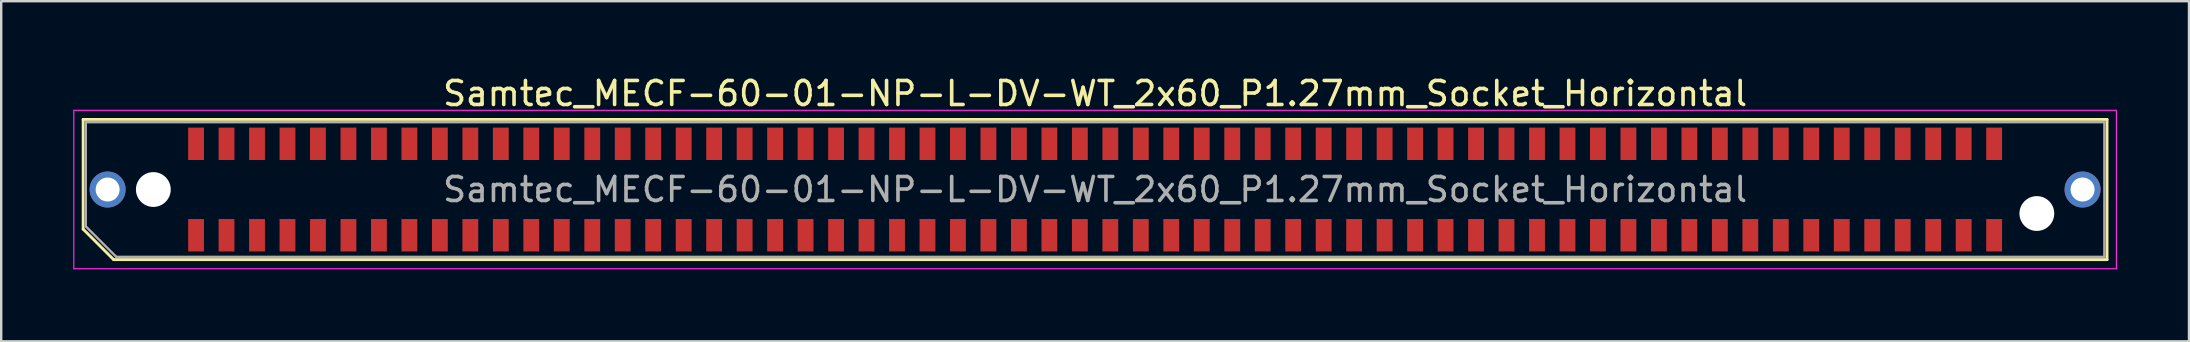
<source format=kicad_pcb>
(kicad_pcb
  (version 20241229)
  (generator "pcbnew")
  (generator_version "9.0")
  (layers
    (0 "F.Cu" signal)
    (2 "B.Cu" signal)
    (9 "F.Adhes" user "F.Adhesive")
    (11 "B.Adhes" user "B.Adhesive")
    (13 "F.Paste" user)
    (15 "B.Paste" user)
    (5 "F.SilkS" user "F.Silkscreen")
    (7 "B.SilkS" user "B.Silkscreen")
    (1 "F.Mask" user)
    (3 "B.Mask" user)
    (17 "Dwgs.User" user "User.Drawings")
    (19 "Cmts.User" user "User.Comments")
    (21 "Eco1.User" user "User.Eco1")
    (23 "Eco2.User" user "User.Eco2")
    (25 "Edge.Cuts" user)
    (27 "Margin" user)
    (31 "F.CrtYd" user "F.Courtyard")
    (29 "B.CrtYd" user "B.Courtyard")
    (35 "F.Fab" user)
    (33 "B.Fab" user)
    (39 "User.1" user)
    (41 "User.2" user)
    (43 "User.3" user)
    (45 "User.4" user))
  (footprint "Samtec_MECF-60-01-NP-L-DV-WT_2x60_P1.27mm_Socket_Horizontal"
    (layer "F.Cu")
    (at 42.585 4.848)
    (property "Reference" "Samtec_MECF-60-01-NP-L-DV-WT_2x60_P1.27mm_Socket_Horizontal" (at 0 -4 0) (layer "F.SilkS") (effects (font (size 1 1) (thickness 0.15))))
    (attr smd)
    (fp_line (start -42.17 -2.92) (end 42.17 -2.92) (stroke (width 0.12) (type solid)) (layer "F.SilkS"))
    (fp_line (start -42.17 1.65) (end -42.17 -2.92) (stroke (width 0.12) (type solid)) (layer "F.SilkS"))
    (fp_line (start -40.9 2.92) (end -42.17 1.65) (stroke (width 0.12) (type solid)) (layer "F.SilkS"))
    (fp_line (start -40.9 2.92) (end 42.17 2.92) (stroke (width 0.12) (type solid)) (layer "F.SilkS"))
    (fp_line (start 42.17 2.92) (end 42.17 -2.92) (stroke (width 0.12) (type solid)) (layer "F.SilkS"))
    (fp_line (start -42.56 -3.3) (end -42.56 3.3) (stroke (width 0.05) (type solid)) (layer "F.CrtYd"))
    (fp_line (start -42.56 3.3) (end 42.56 3.3) (stroke (width 0.05) (type solid)) (layer "F.CrtYd"))
    (fp_line (start 42.56 -3.3) (end -42.56 -3.3) (stroke (width 0.05) (type solid)) (layer "F.CrtYd"))
    (fp_line (start 42.56 3.3) (end 42.56 -3.3) (stroke (width 0.05) (type solid)) (layer "F.CrtYd"))
    (fp_line (start -42.06 -2.805) (end 42.06 -2.805) (stroke (width 0.1) (type solid)) (layer "F.Fab"))
    (fp_line (start -42.06 1.535) (end -42.06 -2.805) (stroke (width 0.1) (type solid)) (layer "F.Fab"))
    (fp_line (start -42.06 1.535) (end -40.79 2.805) (stroke (width 0.1) (type solid)) (layer "F.Fab"))
    (fp_line (start -40.79 2.805) (end 42.06 2.805) (stroke (width 0.1) (type solid)) (layer "F.Fab"))
    (fp_line (start 42.06 2.805) (end 42.06 -2.805) (stroke (width 0.1) (type solid)) (layer "F.Fab"))
    (fp_text user "${REFERENCE}" (at 0 0 0) (layer "F.Fab") (effects (font (size 1 1) (thickness 0.15))))
    (pad "" thru_hole circle (at -41.15 0) (size 1.5 1.5) (drill 1) (layers "*.Cu" "*.Mask"))
    (pad "" np_thru_hole circle (at -39.245 0) (size 1.45 1.45) (drill 1.45) (layers "*.Cu" "*.Mask"))
    (pad "" np_thru_hole circle (at 39.245 1) (size 1.45 1.45) (drill 1.45) (layers "*.Cu" "*.Mask"))
    (pad "" thru_hole circle (at 41.15 0) (size 1.5 1.5) (drill 1) (layers "*.Cu" "*.Mask"))
    (pad "1" smd rect (at -37.465 1.905) (size 0.66 1.35) (layers "F.Cu" "F.Mask" "F.Paste"))
    (pad "2" smd rect (at -37.465 -1.905) (size 0.66 1.35) (layers "F.Cu" "F.Mask" "F.Paste"))
    (pad "3" smd rect (at -36.195 1.905) (size 0.66 1.35) (layers "F.Cu" "F.Mask" "F.Paste"))
    (pad "4" smd rect (at -36.195 -1.905) (size 0.66 1.35) (layers "F.Cu" "F.Mask" "F.Paste"))
    (pad "5" smd rect (at -34.925 1.905) (size 0.66 1.35) (layers "F.Cu" "F.Mask" "F.Paste"))
    (pad "6" smd rect (at -34.925 -1.905) (size 0.66 1.35) (layers "F.Cu" "F.Mask" "F.Paste"))
    (pad "7" smd rect (at -33.655 1.905) (size 0.66 1.35) (layers "F.Cu" "F.Mask" "F.Paste"))
    (pad "8" smd rect (at -33.655 -1.905) (size 0.66 1.35) (layers "F.Cu" "F.Mask" "F.Paste"))
    (pad "9" smd rect (at -32.385 1.905) (size 0.66 1.35) (layers "F.Cu" "F.Mask" "F.Paste"))
    (pad "10" smd rect (at -32.385 -1.905) (size 0.66 1.35) (layers "F.Cu" "F.Mask" "F.Paste"))
    (pad "11" smd rect (at -31.115 1.905) (size 0.66 1.35) (layers "F.Cu" "F.Mask" "F.Paste"))
    (pad "12" smd rect (at -31.115 -1.905) (size 0.66 1.35) (layers "F.Cu" "F.Mask" "F.Paste"))
    (pad "13" smd rect (at -29.845 1.905) (size 0.66 1.35) (layers "F.Cu" "F.Mask" "F.Paste"))
    (pad "14" smd rect (at -29.845 -1.905) (size 0.66 1.35) (layers "F.Cu" "F.Mask" "F.Paste"))
    (pad "15" smd rect (at -28.575 1.905) (size 0.66 1.35) (layers "F.Cu" "F.Mask" "F.Paste"))
    (pad "16" smd rect (at -28.575 -1.905) (size 0.66 1.35) (layers "F.Cu" "F.Mask" "F.Paste"))
    (pad "17" smd rect (at -27.305 1.905) (size 0.66 1.35) (layers "F.Cu" "F.Mask" "F.Paste"))
    (pad "18" smd rect (at -27.305 -1.905) (size 0.66 1.35) (layers "F.Cu" "F.Mask" "F.Paste"))
    (pad "19" smd rect (at -26.035 1.905) (size 0.66 1.35) (layers "F.Cu" "F.Mask" "F.Paste"))
    (pad "20" smd rect (at -26.035 -1.905) (size 0.66 1.35) (layers "F.Cu" "F.Mask" "F.Paste"))
    (pad "21" smd rect (at -24.765 1.905) (size 0.66 1.35) (layers "F.Cu" "F.Mask" "F.Paste"))
    (pad "22" smd rect (at -24.765 -1.905) (size 0.66 1.35) (layers "F.Cu" "F.Mask" "F.Paste"))
    (pad "23" smd rect (at -23.495 1.905) (size 0.66 1.35) (layers "F.Cu" "F.Mask" "F.Paste"))
    (pad "24" smd rect (at -23.495 -1.905) (size 0.66 1.35) (layers "F.Cu" "F.Mask" "F.Paste"))
    (pad "25" smd rect (at -22.225 1.905) (size 0.66 1.35) (layers "F.Cu" "F.Mask" "F.Paste"))
    (pad "26" smd rect (at -22.225 -1.905) (size 0.66 1.35) (layers "F.Cu" "F.Mask" "F.Paste"))
    (pad "27" smd rect (at -20.955 1.905) (size 0.66 1.35) (layers "F.Cu" "F.Mask" "F.Paste"))
    (pad "28" smd rect (at -20.955 -1.905) (size 0.66 1.35) (layers "F.Cu" "F.Mask" "F.Paste"))
    (pad "29" smd rect (at -19.685 1.905) (size 0.66 1.35) (layers "F.Cu" "F.Mask" "F.Paste"))
    (pad "30" smd rect (at -19.685 -1.905) (size 0.66 1.35) (layers "F.Cu" "F.Mask" "F.Paste"))
    (pad "31" smd rect (at -18.415 1.905) (size 0.66 1.35) (layers "F.Cu" "F.Mask" "F.Paste"))
    (pad "32" smd rect (at -18.415 -1.905) (size 0.66 1.35) (layers "F.Cu" "F.Mask" "F.Paste"))
    (pad "33" smd rect (at -17.145 1.905) (size 0.66 1.35) (layers "F.Cu" "F.Mask" "F.Paste"))
    (pad "34" smd rect (at -17.145 -1.905) (size 0.66 1.35) (layers "F.Cu" "F.Mask" "F.Paste"))
    (pad "35" smd rect (at -15.875 1.905) (size 0.66 1.35) (layers "F.Cu" "F.Mask" "F.Paste"))
    (pad "36" smd rect (at -15.875 -1.905) (size 0.66 1.35) (layers "F.Cu" "F.Mask" "F.Paste"))
    (pad "37" smd rect (at -14.605 1.905) (size 0.66 1.35) (layers "F.Cu" "F.Mask" "F.Paste"))
    (pad "38" smd rect (at -14.605 -1.905) (size 0.66 1.35) (layers "F.Cu" "F.Mask" "F.Paste"))
    (pad "39" smd rect (at -13.335 1.905) (size 0.66 1.35) (layers "F.Cu" "F.Mask" "F.Paste"))
    (pad "40" smd rect (at -13.335 -1.905) (size 0.66 1.35) (layers "F.Cu" "F.Mask" "F.Paste"))
    (pad "41" smd rect (at -12.065 1.905) (size 0.66 1.35) (layers "F.Cu" "F.Mask" "F.Paste"))
    (pad "42" smd rect (at -12.065 -1.905) (size 0.66 1.35) (layers "F.Cu" "F.Mask" "F.Paste"))
    (pad "43" smd rect (at -10.795 1.905) (size 0.66 1.35) (layers "F.Cu" "F.Mask" "F.Paste"))
    (pad "44" smd rect (at -10.795 -1.905) (size 0.66 1.35) (layers "F.Cu" "F.Mask" "F.Paste"))
    (pad "45" smd rect (at -9.525 1.905) (size 0.66 1.35) (layers "F.Cu" "F.Mask" "F.Paste"))
    (pad "46" smd rect (at -9.525 -1.905) (size 0.66 1.35) (layers "F.Cu" "F.Mask" "F.Paste"))
    (pad "47" smd rect (at -8.255 1.905) (size 0.66 1.35) (layers "F.Cu" "F.Mask" "F.Paste"))
    (pad "48" smd rect (at -8.255 -1.905) (size 0.66 1.35) (layers "F.Cu" "F.Mask" "F.Paste"))
    (pad "49" smd rect (at -6.985 1.905) (size 0.66 1.35) (layers "F.Cu" "F.Mask" "F.Paste"))
    (pad "50" smd rect (at -6.985 -1.905) (size 0.66 1.35) (layers "F.Cu" "F.Mask" "F.Paste"))
    (pad "51" smd rect (at -5.715 1.905) (size 0.66 1.35) (layers "F.Cu" "F.Mask" "F.Paste"))
    (pad "52" smd rect (at -5.715 -1.905) (size 0.66 1.35) (layers "F.Cu" "F.Mask" "F.Paste"))
    (pad "53" smd rect (at -4.445 1.905) (size 0.66 1.35) (layers "F.Cu" "F.Mask" "F.Paste"))
    (pad "54" smd rect (at -4.445 -1.905) (size 0.66 1.35) (layers "F.Cu" "F.Mask" "F.Paste"))
    (pad "55" smd rect (at -3.175 1.905) (size 0.66 1.35) (layers "F.Cu" "F.Mask" "F.Paste"))
    (pad "56" smd rect (at -3.175 -1.905) (size 0.66 1.35) (layers "F.Cu" "F.Mask" "F.Paste"))
    (pad "57" smd rect (at -1.905 1.905) (size 0.66 1.35) (layers "F.Cu" "F.Mask" "F.Paste"))
    (pad "58" smd rect (at -1.905 -1.905) (size 0.66 1.35) (layers "F.Cu" "F.Mask" "F.Paste"))
    (pad "59" smd rect (at -0.635 1.905) (size 0.66 1.35) (layers "F.Cu" "F.Mask" "F.Paste"))
    (pad "60" smd rect (at -0.635 -1.905) (size 0.66 1.35) (layers "F.Cu" "F.Mask" "F.Paste"))
    (pad "61" smd rect (at 0.635 1.905) (size 0.66 1.35) (layers "F.Cu" "F.Mask" "F.Paste"))
    (pad "62" smd rect (at 0.635 -1.905) (size 0.66 1.35) (layers "F.Cu" "F.Mask" "F.Paste"))
    (pad "63" smd rect (at 1.905 1.905) (size 0.66 1.35) (layers "F.Cu" "F.Mask" "F.Paste"))
    (pad "64" smd rect (at 1.905 -1.905) (size 0.66 1.35) (layers "F.Cu" "F.Mask" "F.Paste"))
    (pad "65" smd rect (at 3.175 1.905) (size 0.66 1.35) (layers "F.Cu" "F.Mask" "F.Paste"))
    (pad "66" smd rect (at 3.175 -1.905) (size 0.66 1.35) (layers "F.Cu" "F.Mask" "F.Paste"))
    (pad "67" smd rect (at 4.445 1.905) (size 0.66 1.35) (layers "F.Cu" "F.Mask" "F.Paste"))
    (pad "68" smd rect (at 4.445 -1.905) (size 0.66 1.35) (layers "F.Cu" "F.Mask" "F.Paste"))
    (pad "69" smd rect (at 5.715 1.905) (size 0.66 1.35) (layers "F.Cu" "F.Mask" "F.Paste"))
    (pad "70" smd rect (at 5.715 -1.905) (size 0.66 1.35) (layers "F.Cu" "F.Mask" "F.Paste"))
    (pad "71" smd rect (at 6.985 1.905) (size 0.66 1.35) (layers "F.Cu" "F.Mask" "F.Paste"))
    (pad "72" smd rect (at 6.985 -1.905) (size 0.66 1.35) (layers "F.Cu" "F.Mask" "F.Paste"))
    (pad "73" smd rect (at 8.255 1.905) (size 0.66 1.35) (layers "F.Cu" "F.Mask" "F.Paste"))
    (pad "74" smd rect (at 8.255 -1.905) (size 0.66 1.35) (layers "F.Cu" "F.Mask" "F.Paste"))
    (pad "75" smd rect (at 9.525 1.905) (size 0.66 1.35) (layers "F.Cu" "F.Mask" "F.Paste"))
    (pad "76" smd rect (at 9.525 -1.905) (size 0.66 1.35) (layers "F.Cu" "F.Mask" "F.Paste"))
    (pad "77" smd rect (at 10.795 1.905) (size 0.66 1.35) (layers "F.Cu" "F.Mask" "F.Paste"))
    (pad "78" smd rect (at 10.795 -1.905) (size 0.66 1.35) (layers "F.Cu" "F.Mask" "F.Paste"))
    (pad "79" smd rect (at 12.065 1.905) (size 0.66 1.35) (layers "F.Cu" "F.Mask" "F.Paste"))
    (pad "80" smd rect (at 12.065 -1.905) (size 0.66 1.35) (layers "F.Cu" "F.Mask" "F.Paste"))
    (pad "81" smd rect (at 13.335 1.905) (size 0.66 1.35) (layers "F.Cu" "F.Mask" "F.Paste"))
    (pad "82" smd rect (at 13.335 -1.905) (size 0.66 1.35) (layers "F.Cu" "F.Mask" "F.Paste"))
    (pad "83" smd rect (at 14.605 1.905) (size 0.66 1.35) (layers "F.Cu" "F.Mask" "F.Paste"))
    (pad "84" smd rect (at 14.605 -1.905) (size 0.66 1.35) (layers "F.Cu" "F.Mask" "F.Paste"))
    (pad "85" smd rect (at 15.875 1.905) (size 0.66 1.35) (layers "F.Cu" "F.Mask" "F.Paste"))
    (pad "86" smd rect (at 15.875 -1.905) (size 0.66 1.35) (layers "F.Cu" "F.Mask" "F.Paste"))
    (pad "87" smd rect (at 17.145 1.905) (size 0.66 1.35) (layers "F.Cu" "F.Mask" "F.Paste"))
    (pad "88" smd rect (at 17.145 -1.905) (size 0.66 1.35) (layers "F.Cu" "F.Mask" "F.Paste"))
    (pad "89" smd rect (at 18.415 1.905) (size 0.66 1.35) (layers "F.Cu" "F.Mask" "F.Paste"))
    (pad "90" smd rect (at 18.415 -1.905) (size 0.66 1.35) (layers "F.Cu" "F.Mask" "F.Paste"))
    (pad "91" smd rect (at 19.685 1.905) (size 0.66 1.35) (layers "F.Cu" "F.Mask" "F.Paste"))
    (pad "92" smd rect (at 19.685 -1.905) (size 0.66 1.35) (layers "F.Cu" "F.Mask" "F.Paste"))
    (pad "93" smd rect (at 20.955 1.905) (size 0.66 1.35) (layers "F.Cu" "F.Mask" "F.Paste"))
    (pad "94" smd rect (at 20.955 -1.905) (size 0.66 1.35) (layers "F.Cu" "F.Mask" "F.Paste"))
    (pad "95" smd rect (at 22.225 1.905) (size 0.66 1.35) (layers "F.Cu" "F.Mask" "F.Paste"))
    (pad "96" smd rect (at 22.225 -1.905) (size 0.66 1.35) (layers "F.Cu" "F.Mask" "F.Paste"))
    (pad "97" smd rect (at 23.495 1.905) (size 0.66 1.35) (layers "F.Cu" "F.Mask" "F.Paste"))
    (pad "98" smd rect (at 23.495 -1.905) (size 0.66 1.35) (layers "F.Cu" "F.Mask" "F.Paste"))
    (pad "99" smd rect (at 24.765 1.905) (size 0.66 1.35) (layers "F.Cu" "F.Mask" "F.Paste"))
    (pad "100" smd rect (at 24.765 -1.905) (size 0.66 1.35) (layers "F.Cu" "F.Mask" "F.Paste"))
    (pad "101" smd rect (at 26.035 1.905) (size 0.66 1.35) (layers "F.Cu" "F.Mask" "F.Paste"))
    (pad "102" smd rect (at 26.035 -1.905) (size 0.66 1.35) (layers "F.Cu" "F.Mask" "F.Paste"))
    (pad "103" smd rect (at 27.305 1.905) (size 0.66 1.35) (layers "F.Cu" "F.Mask" "F.Paste"))
    (pad "104" smd rect (at 27.305 -1.905) (size 0.66 1.35) (layers "F.Cu" "F.Mask" "F.Paste"))
    (pad "105" smd rect (at 28.575 1.905) (size 0.66 1.35) (layers "F.Cu" "F.Mask" "F.Paste"))
    (pad "106" smd rect (at 28.575 -1.905) (size 0.66 1.35) (layers "F.Cu" "F.Mask" "F.Paste"))
    (pad "107" smd rect (at 29.845 1.905) (size 0.66 1.35) (layers "F.Cu" "F.Mask" "F.Paste"))
    (pad "108" smd rect (at 29.845 -1.905) (size 0.66 1.35) (layers "F.Cu" "F.Mask" "F.Paste"))
    (pad "109" smd rect (at 31.115 1.905) (size 0.66 1.35) (layers "F.Cu" "F.Mask" "F.Paste"))
    (pad "110" smd rect (at 31.115 -1.905) (size 0.66 1.35) (layers "F.Cu" "F.Mask" "F.Paste"))
    (pad "111" smd rect (at 32.385 1.905) (size 0.66 1.35) (layers "F.Cu" "F.Mask" "F.Paste"))
    (pad "112" smd rect (at 32.385 -1.905) (size 0.66 1.35) (layers "F.Cu" "F.Mask" "F.Paste"))
    (pad "113" smd rect (at 33.655 1.905) (size 0.66 1.35) (layers "F.Cu" "F.Mask" "F.Paste"))
    (pad "114" smd rect (at 33.655 -1.905) (size 0.66 1.35) (layers "F.Cu" "F.Mask" "F.Paste"))
    (pad "115" smd rect (at 34.925 1.905) (size 0.66 1.35) (layers "F.Cu" "F.Mask" "F.Paste"))
    (pad "116" smd rect (at 34.925 -1.905) (size 0.66 1.35) (layers "F.Cu" "F.Mask" "F.Paste"))
    (pad "117" smd rect (at 36.195 1.905) (size 0.66 1.35) (layers "F.Cu" "F.Mask" "F.Paste"))
    (pad "118" smd rect (at 36.195 -1.905) (size 0.66 1.35) (layers "F.Cu" "F.Mask" "F.Paste"))
    (pad "119" smd rect (at 37.465 1.905) (size 0.66 1.35) (layers "F.Cu" "F.Mask" "F.Paste"))
    (pad "120" smd rect (at 37.465 -1.905) (size 0.66 1.35) (layers "F.Cu" "F.Mask" "F.Paste")))
  (gr_rect
    (start -3 -3)
    (end 88.17 11.173)
    (stroke (width 0.1) (type default))
    (fill no)
    (layer "Edge.Cuts")))
</source>
